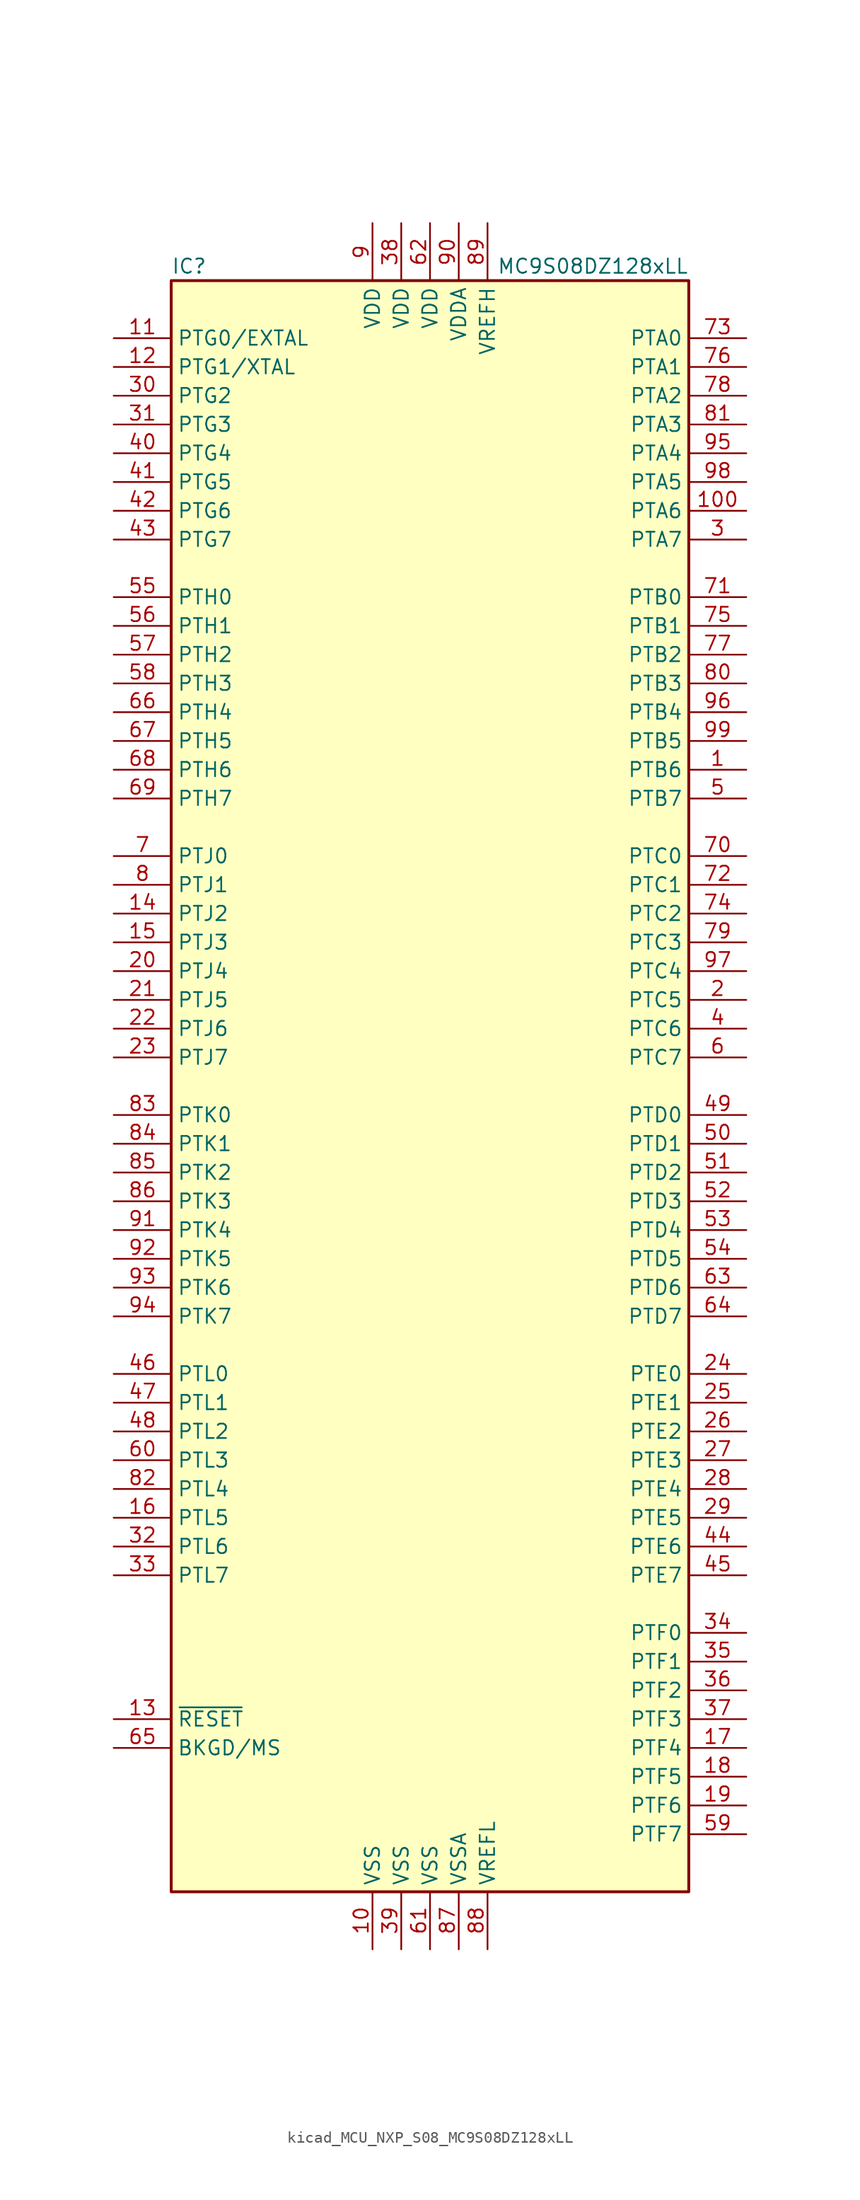
<source format=kicad_sym>
(kicad_symbol_lib
  (version 20220914)
  (generator kicad_symbol_editor)
  (symbol "kicad_MCU_NXP_S08_MC9S08DZ128xLL"
    (property "Reference" "IC"
      (at -22.86 72.39 0)
      (effects (font (size 1.27 1.27)) (justify left)))
    (property "Value" "MC9S08DZ128xLL"
      (at 22.86 72.39 0)
      (effects (font (size 1.27 1.27)) (justify right)))
    (symbol "kicad_MCU_NXP_S08_MC9S08DZ128xLL_0_1"
      (rectangle (start -22.86 71.12) (end 22.86 -71.12) (stroke (width 0.254) (type default)) (fill (type background))))
    (symbol "kicad_MCU_NXP_S08_MC9S08DZ128xLL_1_1"
      (pin bidirectional line (at 27.94 27.94 180) (length 5.08) (name "PTB6" (effects (font (size 1.27 1.27)))) (number "1" (effects (font (size 1.27 1.27)))))
      (pin power_in line (at -5.08 -76.2 90) (length 5.08) (name "VSS" (effects (font (size 1.27 1.27)))) (number "10" (effects (font (size 1.27 1.27)))))
      (pin bidirectional line (at 27.94 50.8 180) (length 5.08) (name "PTA6" (effects (font (size 1.27 1.27)))) (number "100" (effects (font (size 1.27 1.27)))))
      (pin bidirectional line (at -27.94 66.04 0) (length 5.08) (name "PTG0/EXTAL" (effects (font (size 1.27 1.27)))) (number "11" (effects (font (size 1.27 1.27)))))
      (pin bidirectional line (at -27.94 63.5 0) (length 5.08) (name "PTG1/XTAL" (effects (font (size 1.27 1.27)))) (number "12" (effects (font (size 1.27 1.27)))))
      (pin input line (at -27.94 -55.88 0) (length 5.08) (name "~{RESET}" (effects (font (size 1.27 1.27)))) (number "13" (effects (font (size 1.27 1.27)))))
      (pin bidirectional line (at -27.94 15.24 0) (length 5.08) (name "PTJ2" (effects (font (size 1.27 1.27)))) (number "14" (effects (font (size 1.27 1.27)))))
      (pin bidirectional line (at -27.94 12.7 0) (length 5.08) (name "PTJ3" (effects (font (size 1.27 1.27)))) (number "15" (effects (font (size 1.27 1.27)))))
      (pin bidirectional line (at -27.94 -38.1 0) (length 5.08) (name "PTL5" (effects (font (size 1.27 1.27)))) (number "16" (effects (font (size 1.27 1.27)))))
      (pin bidirectional line (at 27.94 -58.42 180) (length 5.08) (name "PTF4" (effects (font (size 1.27 1.27)))) (number "17" (effects (font (size 1.27 1.27)))))
      (pin bidirectional line (at 27.94 -60.96 180) (length 5.08) (name "PTF5" (effects (font (size 1.27 1.27)))) (number "18" (effects (font (size 1.27 1.27)))))
      (pin bidirectional line (at 27.94 -63.5 180) (length 5.08) (name "PTF6" (effects (font (size 1.27 1.27)))) (number "19" (effects (font (size 1.27 1.27)))))
      (pin bidirectional line (at 27.94 7.62 180) (length 5.08) (name "PTC5" (effects (font (size 1.27 1.27)))) (number "2" (effects (font (size 1.27 1.27)))))
      (pin bidirectional line (at -27.94 10.16 0) (length 5.08) (name "PTJ4" (effects (font (size 1.27 1.27)))) (number "20" (effects (font (size 1.27 1.27)))))
      (pin bidirectional line (at -27.94 7.62 0) (length 5.08) (name "PTJ5" (effects (font (size 1.27 1.27)))) (number "21" (effects (font (size 1.27 1.27)))))
      (pin bidirectional line (at -27.94 5.08 0) (length 5.08) (name "PTJ6" (effects (font (size 1.27 1.27)))) (number "22" (effects (font (size 1.27 1.27)))))
      (pin bidirectional line (at -27.94 2.54 0) (length 5.08) (name "PTJ7" (effects (font (size 1.27 1.27)))) (number "23" (effects (font (size 1.27 1.27)))))
      (pin bidirectional line (at 27.94 -25.4 180) (length 5.08) (name "PTE0" (effects (font (size 1.27 1.27)))) (number "24" (effects (font (size 1.27 1.27)))))
      (pin bidirectional line (at 27.94 -27.94 180) (length 5.08) (name "PTE1" (effects (font (size 1.27 1.27)))) (number "25" (effects (font (size 1.27 1.27)))))
      (pin bidirectional line (at 27.94 -30.48 180) (length 5.08) (name "PTE2" (effects (font (size 1.27 1.27)))) (number "26" (effects (font (size 1.27 1.27)))))
      (pin bidirectional line (at 27.94 -33.02 180) (length 5.08) (name "PTE3" (effects (font (size 1.27 1.27)))) (number "27" (effects (font (size 1.27 1.27)))))
      (pin bidirectional line (at 27.94 -35.56 180) (length 5.08) (name "PTE4" (effects (font (size 1.27 1.27)))) (number "28" (effects (font (size 1.27 1.27)))))
      (pin bidirectional line (at 27.94 -38.1 180) (length 5.08) (name "PTE5" (effects (font (size 1.27 1.27)))) (number "29" (effects (font (size 1.27 1.27)))))
      (pin bidirectional line (at 27.94 48.26 180) (length 5.08) (name "PTA7" (effects (font (size 1.27 1.27)))) (number "3" (effects (font (size 1.27 1.27)))))
      (pin bidirectional line (at -27.94 60.96 0) (length 5.08) (name "PTG2" (effects (font (size 1.27 1.27)))) (number "30" (effects (font (size 1.27 1.27)))))
      (pin bidirectional line (at -27.94 58.42 0) (length 5.08) (name "PTG3" (effects (font (size 1.27 1.27)))) (number "31" (effects (font (size 1.27 1.27)))))
      (pin bidirectional line (at -27.94 -40.64 0) (length 5.08) (name "PTL6" (effects (font (size 1.27 1.27)))) (number "32" (effects (font (size 1.27 1.27)))))
      (pin bidirectional line (at -27.94 -43.18 0) (length 5.08) (name "PTL7" (effects (font (size 1.27 1.27)))) (number "33" (effects (font (size 1.27 1.27)))))
      (pin bidirectional line (at 27.94 -48.26 180) (length 5.08) (name "PTF0" (effects (font (size 1.27 1.27)))) (number "34" (effects (font (size 1.27 1.27)))))
      (pin bidirectional line (at 27.94 -50.8 180) (length 5.08) (name "PTF1" (effects (font (size 1.27 1.27)))) (number "35" (effects (font (size 1.27 1.27)))))
      (pin bidirectional line (at 27.94 -53.34 180) (length 5.08) (name "PTF2" (effects (font (size 1.27 1.27)))) (number "36" (effects (font (size 1.27 1.27)))))
      (pin bidirectional line (at 27.94 -55.88 180) (length 5.08) (name "PTF3" (effects (font (size 1.27 1.27)))) (number "37" (effects (font (size 1.27 1.27)))))
      (pin power_in line (at -2.54 76.2 270) (length 5.08) (name "VDD" (effects (font (size 1.27 1.27)))) (number "38" (effects (font (size 1.27 1.27)))))
      (pin power_in line (at -2.54 -76.2 90) (length 5.08) (name "VSS" (effects (font (size 1.27 1.27)))) (number "39" (effects (font (size 1.27 1.27)))))
      (pin bidirectional line (at 27.94 5.08 180) (length 5.08) (name "PTC6" (effects (font (size 1.27 1.27)))) (number "4" (effects (font (size 1.27 1.27)))))
      (pin bidirectional line (at -27.94 55.88 0) (length 5.08) (name "PTG4" (effects (font (size 1.27 1.27)))) (number "40" (effects (font (size 1.27 1.27)))))
      (pin bidirectional line (at -27.94 53.34 0) (length 5.08) (name "PTG5" (effects (font (size 1.27 1.27)))) (number "41" (effects (font (size 1.27 1.27)))))
      (pin bidirectional line (at -27.94 50.8 0) (length 5.08) (name "PTG6" (effects (font (size 1.27 1.27)))) (number "42" (effects (font (size 1.27 1.27)))))
      (pin bidirectional line (at -27.94 48.26 0) (length 5.08) (name "PTG7" (effects (font (size 1.27 1.27)))) (number "43" (effects (font (size 1.27 1.27)))))
      (pin bidirectional line (at 27.94 -40.64 180) (length 5.08) (name "PTE6" (effects (font (size 1.27 1.27)))) (number "44" (effects (font (size 1.27 1.27)))))
      (pin bidirectional line (at 27.94 -43.18 180) (length 5.08) (name "PTE7" (effects (font (size 1.27 1.27)))) (number "45" (effects (font (size 1.27 1.27)))))
      (pin bidirectional line (at -27.94 -25.4 0) (length 5.08) (name "PTL0" (effects (font (size 1.27 1.27)))) (number "46" (effects (font (size 1.27 1.27)))))
      (pin bidirectional line (at -27.94 -27.94 0) (length 5.08) (name "PTL1" (effects (font (size 1.27 1.27)))) (number "47" (effects (font (size 1.27 1.27)))))
      (pin bidirectional line (at -27.94 -30.48 0) (length 5.08) (name "PTL2" (effects (font (size 1.27 1.27)))) (number "48" (effects (font (size 1.27 1.27)))))
      (pin bidirectional line (at 27.94 -2.54 180) (length 5.08) (name "PTD0" (effects (font (size 1.27 1.27)))) (number "49" (effects (font (size 1.27 1.27)))))
      (pin bidirectional line (at 27.94 25.4 180) (length 5.08) (name "PTB7" (effects (font (size 1.27 1.27)))) (number "5" (effects (font (size 1.27 1.27)))))
      (pin bidirectional line (at 27.94 -5.08 180) (length 5.08) (name "PTD1" (effects (font (size 1.27 1.27)))) (number "50" (effects (font (size 1.27 1.27)))))
      (pin bidirectional line (at 27.94 -7.62 180) (length 5.08) (name "PTD2" (effects (font (size 1.27 1.27)))) (number "51" (effects (font (size 1.27 1.27)))))
      (pin bidirectional line (at 27.94 -10.16 180) (length 5.08) (name "PTD3" (effects (font (size 1.27 1.27)))) (number "52" (effects (font (size 1.27 1.27)))))
      (pin bidirectional line (at 27.94 -12.7 180) (length 5.08) (name "PTD4" (effects (font (size 1.27 1.27)))) (number "53" (effects (font (size 1.27 1.27)))))
      (pin bidirectional line (at 27.94 -15.24 180) (length 5.08) (name "PTD5" (effects (font (size 1.27 1.27)))) (number "54" (effects (font (size 1.27 1.27)))))
      (pin bidirectional line (at -27.94 43.18 0) (length 5.08) (name "PTH0" (effects (font (size 1.27 1.27)))) (number "55" (effects (font (size 1.27 1.27)))))
      (pin bidirectional line (at -27.94 40.64 0) (length 5.08) (name "PTH1" (effects (font (size 1.27 1.27)))) (number "56" (effects (font (size 1.27 1.27)))))
      (pin bidirectional line (at -27.94 38.1 0) (length 5.08) (name "PTH2" (effects (font (size 1.27 1.27)))) (number "57" (effects (font (size 1.27 1.27)))))
      (pin bidirectional line (at -27.94 35.56 0) (length 5.08) (name "PTH3" (effects (font (size 1.27 1.27)))) (number "58" (effects (font (size 1.27 1.27)))))
      (pin bidirectional line (at 27.94 -66.04 180) (length 5.08) (name "PTF7" (effects (font (size 1.27 1.27)))) (number "59" (effects (font (size 1.27 1.27)))))
      (pin bidirectional line (at 27.94 2.54 180) (length 5.08) (name "PTC7" (effects (font (size 1.27 1.27)))) (number "6" (effects (font (size 1.27 1.27)))))
      (pin bidirectional line (at -27.94 -33.02 0) (length 5.08) (name "PTL3" (effects (font (size 1.27 1.27)))) (number "60" (effects (font (size 1.27 1.27)))))
      (pin power_in line (at 0 -76.2 90) (length 5.08) (name "VSS" (effects (font (size 1.27 1.27)))) (number "61" (effects (font (size 1.27 1.27)))))
      (pin power_in line (at 0 76.2 270) (length 5.08) (name "VDD" (effects (font (size 1.27 1.27)))) (number "62" (effects (font (size 1.27 1.27)))))
      (pin bidirectional line (at 27.94 -17.78 180) (length 5.08) (name "PTD6" (effects (font (size 1.27 1.27)))) (number "63" (effects (font (size 1.27 1.27)))))
      (pin bidirectional line (at 27.94 -20.32 180) (length 5.08) (name "PTD7" (effects (font (size 1.27 1.27)))) (number "64" (effects (font (size 1.27 1.27)))))
      (pin bidirectional line (at -27.94 -58.42 0) (length 5.08) (name "BKGD/MS" (effects (font (size 1.27 1.27)))) (number "65" (effects (font (size 1.27 1.27)))))
      (pin bidirectional line (at -27.94 33.02 0) (length 5.08) (name "PTH4" (effects (font (size 1.27 1.27)))) (number "66" (effects (font (size 1.27 1.27)))))
      (pin bidirectional line (at -27.94 30.48 0) (length 5.08) (name "PTH5" (effects (font (size 1.27 1.27)))) (number "67" (effects (font (size 1.27 1.27)))))
      (pin bidirectional line (at -27.94 27.94 0) (length 5.08) (name "PTH6" (effects (font (size 1.27 1.27)))) (number "68" (effects (font (size 1.27 1.27)))))
      (pin bidirectional line (at -27.94 25.4 0) (length 5.08) (name "PTH7" (effects (font (size 1.27 1.27)))) (number "69" (effects (font (size 1.27 1.27)))))
      (pin bidirectional line (at -27.94 20.32 0) (length 5.08) (name "PTJ0" (effects (font (size 1.27 1.27)))) (number "7" (effects (font (size 1.27 1.27)))))
      (pin bidirectional line (at 27.94 20.32 180) (length 5.08) (name "PTC0" (effects (font (size 1.27 1.27)))) (number "70" (effects (font (size 1.27 1.27)))))
      (pin bidirectional line (at 27.94 43.18 180) (length 5.08) (name "PTB0" (effects (font (size 1.27 1.27)))) (number "71" (effects (font (size 1.27 1.27)))))
      (pin bidirectional line (at 27.94 17.78 180) (length 5.08) (name "PTC1" (effects (font (size 1.27 1.27)))) (number "72" (effects (font (size 1.27 1.27)))))
      (pin bidirectional line (at 27.94 66.04 180) (length 5.08) (name "PTA0" (effects (font (size 1.27 1.27)))) (number "73" (effects (font (size 1.27 1.27)))))
      (pin bidirectional line (at 27.94 15.24 180) (length 5.08) (name "PTC2" (effects (font (size 1.27 1.27)))) (number "74" (effects (font (size 1.27 1.27)))))
      (pin bidirectional line (at 27.94 40.64 180) (length 5.08) (name "PTB1" (effects (font (size 1.27 1.27)))) (number "75" (effects (font (size 1.27 1.27)))))
      (pin bidirectional line (at 27.94 63.5 180) (length 5.08) (name "PTA1" (effects (font (size 1.27 1.27)))) (number "76" (effects (font (size 1.27 1.27)))))
      (pin bidirectional line (at 27.94 38.1 180) (length 5.08) (name "PTB2" (effects (font (size 1.27 1.27)))) (number "77" (effects (font (size 1.27 1.27)))))
      (pin bidirectional line (at 27.94 60.96 180) (length 5.08) (name "PTA2" (effects (font (size 1.27 1.27)))) (number "78" (effects (font (size 1.27 1.27)))))
      (pin bidirectional line (at 27.94 12.7 180) (length 5.08) (name "PTC3" (effects (font (size 1.27 1.27)))) (number "79" (effects (font (size 1.27 1.27)))))
      (pin bidirectional line (at -27.94 17.78 0) (length 5.08) (name "PTJ1" (effects (font (size 1.27 1.27)))) (number "8" (effects (font (size 1.27 1.27)))))
      (pin bidirectional line (at 27.94 35.56 180) (length 5.08) (name "PTB3" (effects (font (size 1.27 1.27)))) (number "80" (effects (font (size 1.27 1.27)))))
      (pin bidirectional line (at 27.94 58.42 180) (length 5.08) (name "PTA3" (effects (font (size 1.27 1.27)))) (number "81" (effects (font (size 1.27 1.27)))))
      (pin bidirectional line (at -27.94 -35.56 0) (length 5.08) (name "PTL4" (effects (font (size 1.27 1.27)))) (number "82" (effects (font (size 1.27 1.27)))))
      (pin bidirectional line (at -27.94 -2.54 0) (length 5.08) (name "PTK0" (effects (font (size 1.27 1.27)))) (number "83" (effects (font (size 1.27 1.27)))))
      (pin bidirectional line (at -27.94 -5.08 0) (length 5.08) (name "PTK1" (effects (font (size 1.27 1.27)))) (number "84" (effects (font (size 1.27 1.27)))))
      (pin bidirectional line (at -27.94 -7.62 0) (length 5.08) (name "PTK2" (effects (font (size 1.27 1.27)))) (number "85" (effects (font (size 1.27 1.27)))))
      (pin bidirectional line (at -27.94 -10.16 0) (length 5.08) (name "PTK3" (effects (font (size 1.27 1.27)))) (number "86" (effects (font (size 1.27 1.27)))))
      (pin power_in line (at 2.54 -76.2 90) (length 5.08) (name "VSSA" (effects (font (size 1.27 1.27)))) (number "87" (effects (font (size 1.27 1.27)))))
      (pin power_in line (at 5.08 -76.2 90) (length 5.08) (name "VREFL" (effects (font (size 1.27 1.27)))) (number "88" (effects (font (size 1.27 1.27)))))
      (pin power_in line (at 5.08 76.2 270) (length 5.08) (name "VREFH" (effects (font (size 1.27 1.27)))) (number "89" (effects (font (size 1.27 1.27)))))
      (pin power_in line (at -5.08 76.2 270) (length 5.08) (name "VDD" (effects (font (size 1.27 1.27)))) (number "9" (effects (font (size 1.27 1.27)))))
      (pin power_in line (at 2.54 76.2 270) (length 5.08) (name "VDDA" (effects (font (size 1.27 1.27)))) (number "90" (effects (font (size 1.27 1.27)))))
      (pin bidirectional line (at -27.94 -12.7 0) (length 5.08) (name "PTK4" (effects (font (size 1.27 1.27)))) (number "91" (effects (font (size 1.27 1.27)))))
      (pin bidirectional line (at -27.94 -15.24 0) (length 5.08) (name "PTK5" (effects (font (size 1.27 1.27)))) (number "92" (effects (font (size 1.27 1.27)))))
      (pin bidirectional line (at -27.94 -17.78 0) (length 5.08) (name "PTK6" (effects (font (size 1.27 1.27)))) (number "93" (effects (font (size 1.27 1.27)))))
      (pin bidirectional line (at -27.94 -20.32 0) (length 5.08) (name "PTK7" (effects (font (size 1.27 1.27)))) (number "94" (effects (font (size 1.27 1.27)))))
      (pin bidirectional line (at 27.94 55.88 180) (length 5.08) (name "PTA4" (effects (font (size 1.27 1.27)))) (number "95" (effects (font (size 1.27 1.27)))))
      (pin bidirectional line (at 27.94 33.02 180) (length 5.08) (name "PTB4" (effects (font (size 1.27 1.27)))) (number "96" (effects (font (size 1.27 1.27)))))
      (pin bidirectional line (at 27.94 10.16 180) (length 5.08) (name "PTC4" (effects (font (size 1.27 1.27)))) (number "97" (effects (font (size 1.27 1.27)))))
      (pin bidirectional line (at 27.94 53.34 180) (length 5.08) (name "PTA5" (effects (font (size 1.27 1.27)))) (number "98" (effects (font (size 1.27 1.27)))))
      (pin bidirectional line (at 27.94 30.48 180) (length 5.08) (name "PTB5" (effects (font (size 1.27 1.27)))) (number "99" (effects (font (size 1.27 1.27))))))))
</source>
